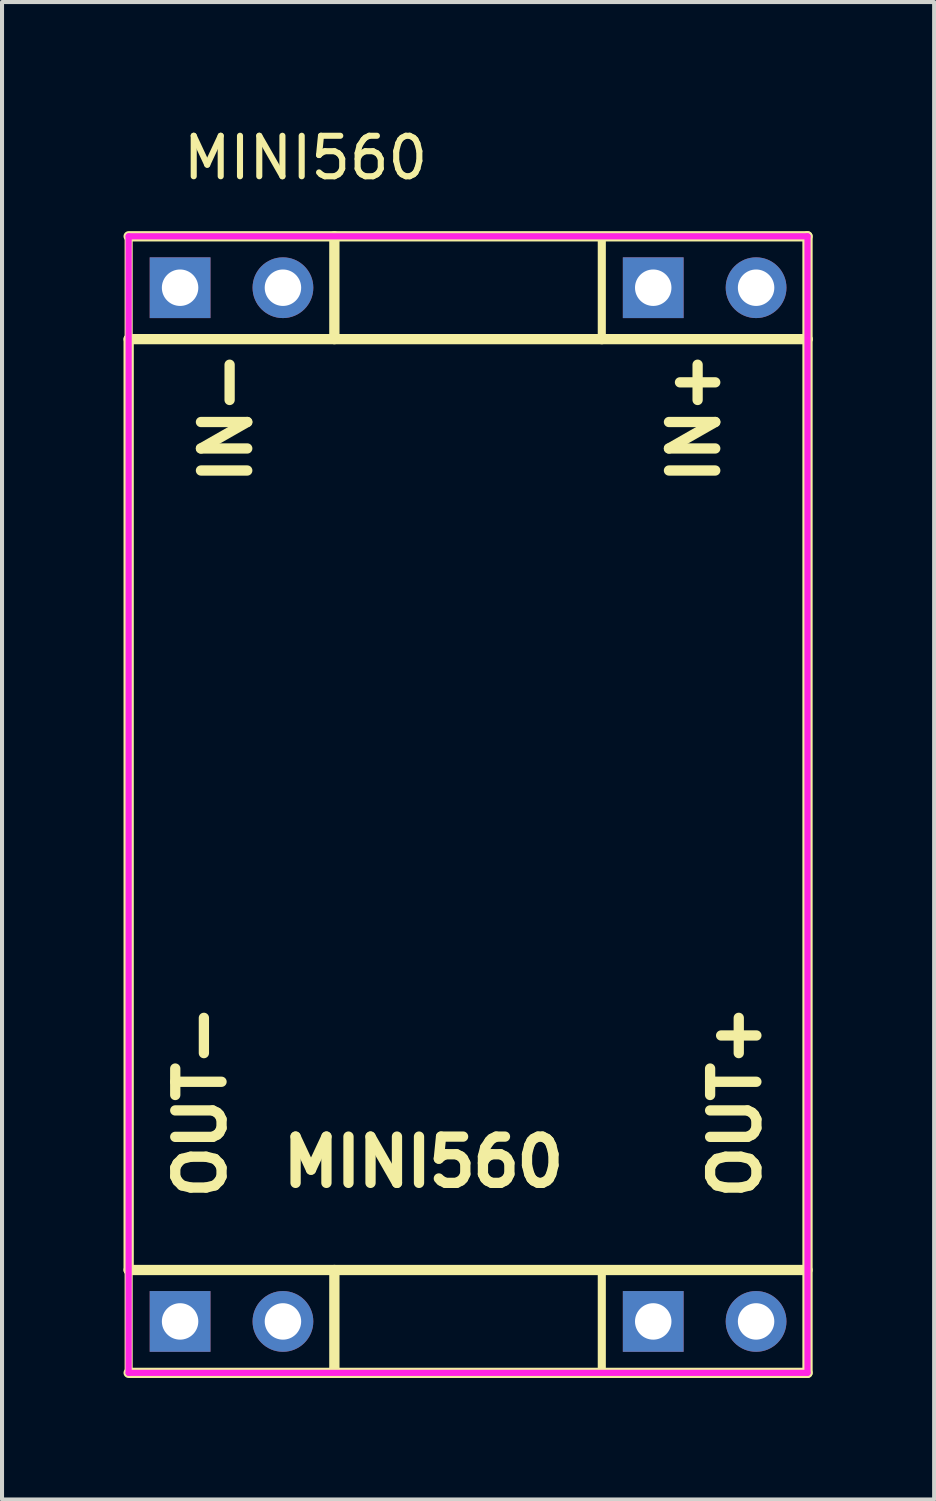
<source format=kicad_pcb>
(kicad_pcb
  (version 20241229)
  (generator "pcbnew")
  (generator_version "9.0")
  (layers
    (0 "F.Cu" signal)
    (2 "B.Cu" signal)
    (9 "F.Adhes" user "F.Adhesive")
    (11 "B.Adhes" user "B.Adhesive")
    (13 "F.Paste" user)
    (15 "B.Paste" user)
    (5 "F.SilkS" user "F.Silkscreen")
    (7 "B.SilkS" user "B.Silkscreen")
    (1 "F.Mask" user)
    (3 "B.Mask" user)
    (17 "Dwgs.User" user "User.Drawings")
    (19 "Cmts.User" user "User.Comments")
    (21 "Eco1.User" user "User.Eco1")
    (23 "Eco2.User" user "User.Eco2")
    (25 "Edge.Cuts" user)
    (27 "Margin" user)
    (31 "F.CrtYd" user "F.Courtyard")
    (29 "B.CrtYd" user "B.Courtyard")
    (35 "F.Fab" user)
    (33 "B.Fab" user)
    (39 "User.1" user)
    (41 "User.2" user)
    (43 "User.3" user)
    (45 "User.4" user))
  (footprint "MINI560"
    (layer "F.Cu")
    (at 1.397 4.055)
    (property "Reference" "MINI560" (at 0 -3.207 0) (layer "F.SilkS") (effects (font (size 1 1) (thickness 0.15)) (justify left)))
    (attr through_hole)
    (fp_line (start -1.27 -1.27) (end -1.27 1.27) (stroke (width 0.2) (type solid)) (layer "F.SilkS"))
    (fp_line (start -1.27 -1.27) (end 15.494 -1.27) (stroke (width 0.254) (type solid)) (layer "F.SilkS"))
    (fp_line (start -1.27 1.27) (end -1.27 24.257) (stroke (width 0.254) (type solid)) (layer "F.SilkS"))
    (fp_line (start -1.27 24.257) (end -1.27 26.797) (stroke (width 0.2) (type solid)) (layer "F.SilkS"))
    (fp_line (start -1.27 24.257) (end 15.494 24.257) (stroke (width 0.254) (type solid)) (layer "F.SilkS"))
    (fp_line (start -1.27 26.797) (end 6.35 26.797) (stroke (width 0.2) (type solid)) (layer "F.SilkS"))
    (fp_line (start 3.81 -1.27) (end 3.81 1.27) (stroke (width 0.254) (type solid)) (layer "F.SilkS"))
    (fp_line (start 3.81 24.257) (end 3.81 26.797) (stroke (width 0.254) (type solid)) (layer "F.SilkS"))
    (fp_line (start 6.35 24.257) (end -1.27 24.257) (stroke (width 0.2) (type solid)) (layer "F.SilkS"))
    (fp_line (start 10.414 -1.27) (end 10.414 1.27) (stroke (width 0.2) (type solid)) (layer "F.SilkS"))
    (fp_line (start 10.414 1.27) (end -1.27 1.27) (stroke (width 0.254) (type solid)) (layer "F.SilkS"))
    (fp_line (start 10.414 24.257) (end 10.414 26.797) (stroke (width 0.2) (type solid)) (layer "F.SilkS"))
    (fp_line (start 15.494 -1.27) (end 15.494 1.27) (stroke (width 0.254) (type solid)) (layer "F.SilkS"))
    (fp_line (start 15.494 1.27) (end 10.414 1.27) (stroke (width 0.254) (type solid)) (layer "F.SilkS"))
    (fp_line (start 15.494 1.27) (end 15.494 26.797) (stroke (width 0.254) (type solid)) (layer "F.SilkS"))
    (fp_line (start 15.494 26.797) (end -1.27 26.797) (stroke (width 0.254) (type solid)) (layer "F.SilkS"))
    (fp_line (start -1.27 -1.27) (end 15.494 -1.27) (stroke (width 0.152) (type solid)) (layer "F.CrtYd"))
    (fp_line (start -1.27 26.797) (end -1.27 -1.27) (stroke (width 0.152) (type solid)) (layer "F.CrtYd"))
    (fp_line (start 15.494 -1.27) (end 15.494 26.797) (stroke (width 0.152) (type solid)) (layer "F.CrtYd"))
    (fp_line (start 15.494 26.797) (end -1.27 26.797) (stroke (width 0.152) (type solid)) (layer "F.CrtYd"))
    (fp_text user "OUT+" (at 13.716 22.606 90) (layer "F.SilkS") (effects (font (size 1.143 1.143) (thickness 0.254)) (justify left)))
    (fp_text user "MINI560" (at 2.413 21.59 0) (layer "F.SilkS") (effects (font (size 1.143 1.143) (thickness 0.254)) (justify left)))
    (fp_text user "IN+" (at 12.7 4.953 90) (layer "F.SilkS") (effects (font (size 1.143 1.143) (thickness 0.254)) (justify left)))
    (fp_text user "IN-" (at 1.143 4.953 90) (layer "F.SilkS") (effects (font (size 1.143 1.143) (thickness 0.254)) (justify left)))
    (fp_text user "OUT-" (at 0.508 22.606 90) (layer "F.SilkS") (effects (font (size 1.143 1.143) (thickness 0.254)) (justify left)))
    (pad "1" thru_hole rect (at 0 0) (size 1.5 1.5) (drill oval 0.9) (layers "*.Cu" "*.Mask"))
    (pad "2" thru_hole circle (at 2.54 0) (size 1.5 1.5) (drill oval 0.9) (layers "*.Cu" "*.Mask"))
    (pad "3" thru_hole rect (at 0 25.527) (size 1.5 1.5) (drill oval 0.9) (layers "*.Cu" "*.Mask"))
    (pad "4" thru_hole circle (at 2.54 25.527) (size 1.5 1.5) (drill oval 0.9) (layers "*.Cu" "*.Mask"))
    (pad "5" thru_hole rect (at 11.684 25.527) (size 1.5 1.5) (drill oval 0.9) (layers "*.Cu" "*.Mask"))
    (pad "6" thru_hole circle (at 14.224 25.527) (size 1.5 1.5) (drill oval 0.9) (layers "*.Cu" "*.Mask"))
    (pad "7" thru_hole rect (at 11.684 0) (size 1.5 1.5) (drill oval 0.9) (layers "*.Cu" "*.Mask"))
    (pad "8" thru_hole circle (at 14.224 0) (size 1.5 1.5) (drill oval 0.9) (layers "*.Cu" "*.Mask")))
  (gr_rect
    (start -3 -3)
    (end 20.018 33.979)
    (stroke (width 0.1) (type default))
    (fill no)
    (layer "Edge.Cuts")))
</source>
